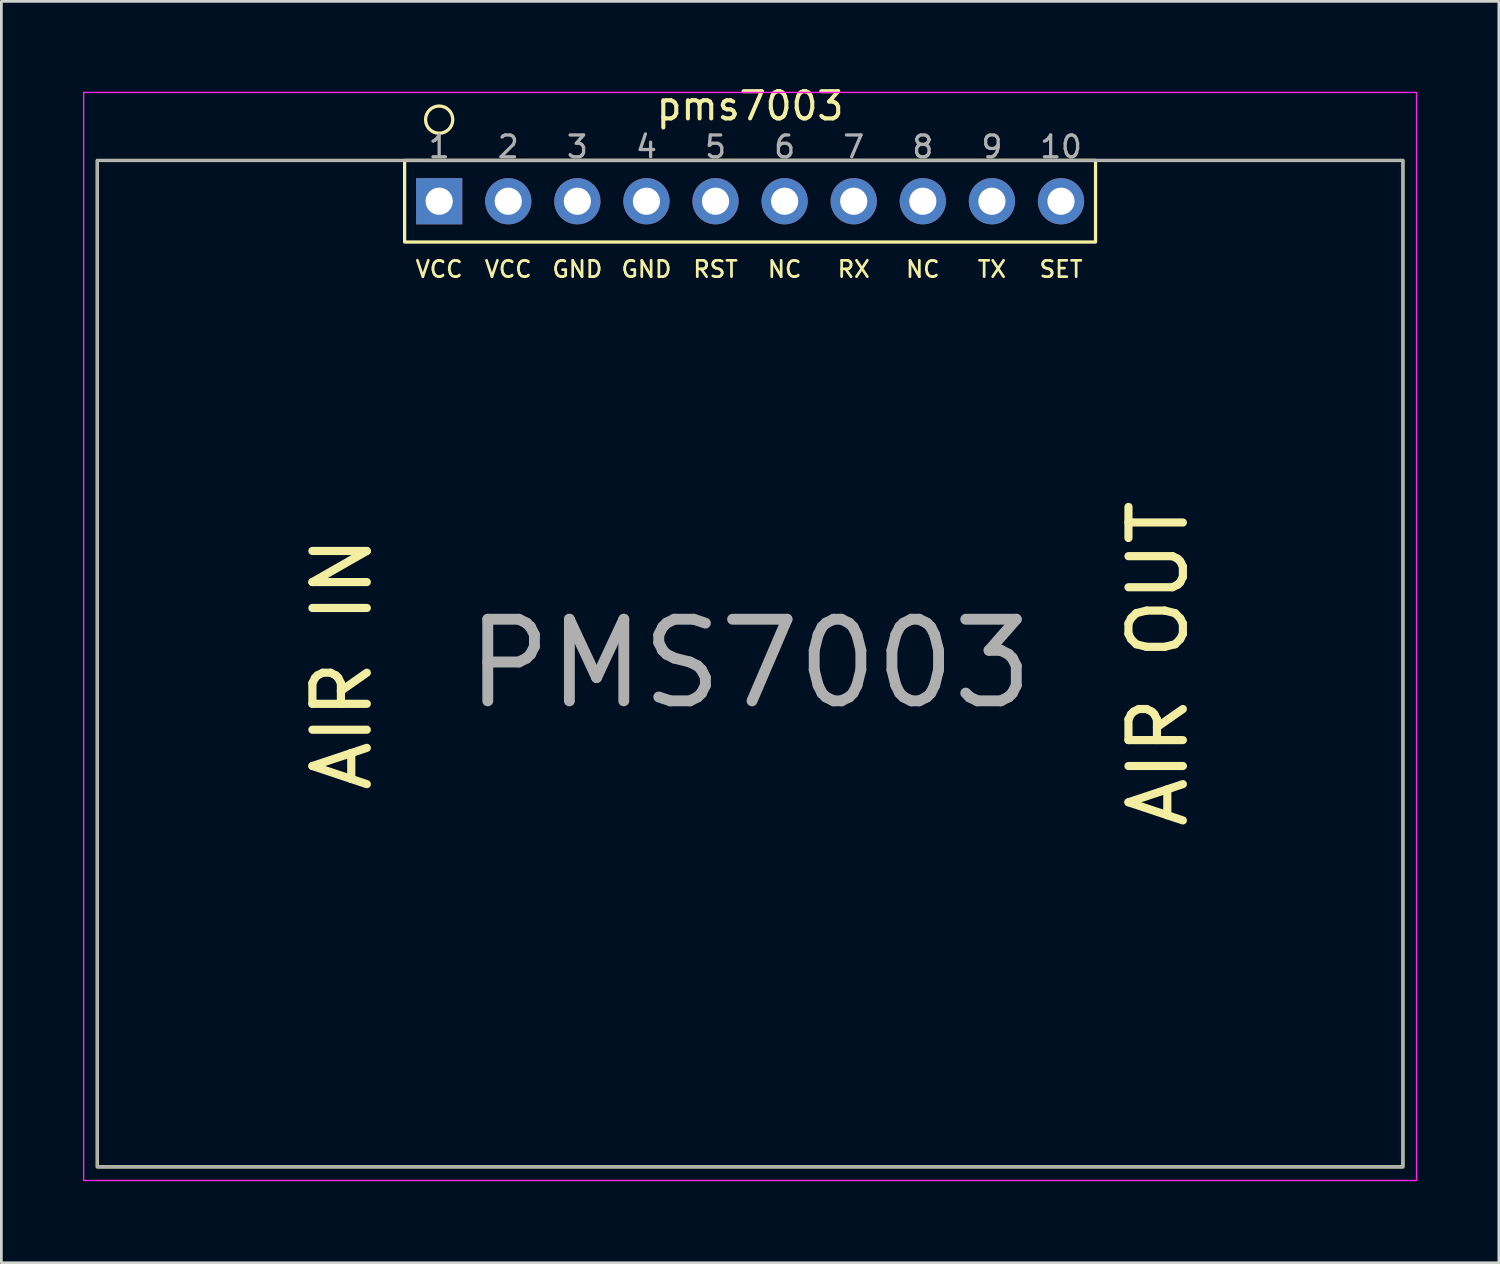
<source format=kicad_pcb>
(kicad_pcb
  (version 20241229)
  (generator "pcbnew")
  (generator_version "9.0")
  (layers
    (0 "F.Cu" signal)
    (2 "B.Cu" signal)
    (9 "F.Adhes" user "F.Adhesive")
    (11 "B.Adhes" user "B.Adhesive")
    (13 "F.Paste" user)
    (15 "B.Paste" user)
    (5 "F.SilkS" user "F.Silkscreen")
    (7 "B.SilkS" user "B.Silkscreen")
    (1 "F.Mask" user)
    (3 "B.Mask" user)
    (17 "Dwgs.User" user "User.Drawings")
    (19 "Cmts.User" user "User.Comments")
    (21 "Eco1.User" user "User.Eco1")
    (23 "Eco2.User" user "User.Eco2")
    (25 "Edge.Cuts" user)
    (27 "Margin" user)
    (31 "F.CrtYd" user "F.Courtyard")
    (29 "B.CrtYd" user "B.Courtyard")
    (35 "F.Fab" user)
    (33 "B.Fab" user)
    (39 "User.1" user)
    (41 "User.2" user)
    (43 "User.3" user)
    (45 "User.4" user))
  (footprint "pms7003"
    (layer "F.Cu")
    (at 24.525 21.348)
    (property "Reference" "pms7003" (at 0 -20.5 0) (layer "F.SilkS") (effects (font (size 1 1) (thickness 0.15))))
    (attr through_hole)
    (fp_rect (start -24 -18.5) (end 24 18.5) (stroke (width 0.12) (type solid)) (fill no) (layer "F.SilkS"))
    (fp_rect (start -12.7 -18.5) (end 12.7 -15.5) (stroke (width 0.12) (type solid)) (fill no) (layer "F.SilkS"))
    (fp_circle (center -11.43 -20) (end -10.93 -20) (stroke (width 0.12) (type solid)) (fill no) (layer "F.SilkS"))
    (fp_rect (start -24.5 -21) (end 24.5 19) (stroke (width 0.05) (type solid)) (fill no) (layer "F.CrtYd"))
    (fp_rect (start -24 -18.5) (end 24 18.5) (stroke (width 0.1) (type solid)) (fill no) (layer "F.Fab"))
    (fp_text user "NC" (at 6.35 -14.5 0) (layer "F.SilkS") (effects (font (size 0.6 0.6) (thickness 0.1))))
    (fp_text user "AIR IN" (at -15 0 90) (layer "F.SilkS") (effects (font (size 2 2) (thickness 0.3))))
    (fp_text user "SET" (at 11.43 -14.5 0) (layer "F.SilkS") (effects (font (size 0.6 0.6) (thickness 0.1))))
    (fp_text user "NC" (at 1.27 -14.5 0) (layer "F.SilkS") (effects (font (size 0.6 0.6) (thickness 0.1))))
    (fp_text user "RX" (at 3.81 -14.5 0) (layer "F.SilkS") (effects (font (size 0.6 0.6) (thickness 0.1))))
    (fp_text user "GND" (at -3.81 -14.5 0) (layer "F.SilkS") (effects (font (size 0.6 0.6) (thickness 0.1))))
    (fp_text user "VCC" (at -11.43 -14.5 0) (layer "F.SilkS") (effects (font (size 0.6 0.6) (thickness 0.1))))
    (fp_text user "AIR OUT" (at 15 0 90) (layer "F.SilkS") (effects (font (size 2 2) (thickness 0.3))))
    (fp_text user "VCC" (at -8.89 -14.5 0) (layer "F.SilkS") (effects (font (size 0.6 0.6) (thickness 0.1))))
    (fp_text user "TX" (at 8.89 -14.5 0) (layer "F.SilkS") (effects (font (size 0.6 0.6) (thickness 0.1))))
    (fp_text user "RST" (at -1.27 -14.5 0) (layer "F.SilkS") (effects (font (size 0.6 0.6) (thickness 0.1))))
    (fp_text user "GND" (at -6.35 -14.5 0) (layer "F.SilkS") (effects (font (size 0.6 0.6) (thickness 0.1))))
    (fp_text user "3" (at -6.35 -19 0) (layer "F.Fab") (effects (font (size 0.8 0.8) (thickness 0.12))))
    (fp_text user "9" (at 8.89 -19 0) (layer "F.Fab") (effects (font (size 0.8 0.8) (thickness 0.12))))
    (fp_text user "1" (at -11.43 -19 0) (layer "F.Fab") (effects (font (size 0.8 0.8) (thickness 0.12))))
    (fp_text user "4" (at -3.81 -19 0) (layer "F.Fab") (effects (font (size 0.8 0.8) (thickness 0.12))))
    (fp_text user "5" (at -1.27 -19 0) (layer "F.Fab") (effects (font (size 0.8 0.8) (thickness 0.12))))
    (fp_text user "PMS7003" (at 0 0 0) (layer "F.Fab") (effects (font (size 3 3) (thickness 0.4))))
    (fp_text user "8" (at 6.35 -19 0) (layer "F.Fab") (effects (font (size 0.8 0.8) (thickness 0.12))))
    (fp_text user "6" (at 1.27 -19 0) (layer "F.Fab") (effects (font (size 0.8 0.8) (thickness 0.12))))
    (fp_text user "7" (at 3.81 -19 0) (layer "F.Fab") (effects (font (size 0.8 0.8) (thickness 0.12))))
    (fp_text user "2" (at -8.89 -19 0) (layer "F.Fab") (effects (font (size 0.8 0.8) (thickness 0.12))))
    (fp_text user "10" (at 11.43 -19 0) (layer "F.Fab") (effects (font (size 0.8 0.8) (thickness 0.12))))
    (pad "1" thru_hole rect (at -11.43 -17) (size 1.7 1.7) (drill 1) (layers "*.Cu" "*.Mask"))
    (pad "2" thru_hole circle (at -8.89 -17) (size 1.7 1.7) (drill 1) (layers "*.Cu" "*.Mask"))
    (pad "3" thru_hole circle (at -6.35 -17) (size 1.7 1.7) (drill 1) (layers "*.Cu" "*.Mask"))
    (pad "4" thru_hole circle (at -3.81 -17) (size 1.7 1.7) (drill 1) (layers "*.Cu" "*.Mask"))
    (pad "5" thru_hole circle (at -1.27 -17) (size 1.7 1.7) (drill 1) (layers "*.Cu" "*.Mask"))
    (pad "6" thru_hole circle (at 1.27 -17) (size 1.7 1.7) (drill 1) (layers "*.Cu" "*.Mask"))
    (pad "7" thru_hole circle (at 3.81 -17) (size 1.7 1.7) (drill 1) (layers "*.Cu" "*.Mask"))
    (pad "8" thru_hole circle (at 6.35 -17) (size 1.7 1.7) (drill 1) (layers "*.Cu" "*.Mask"))
    (pad "9" thru_hole circle (at 8.89 -17) (size 1.7 1.7) (drill 1) (layers "*.Cu" "*.Mask"))
    (pad "10" thru_hole circle (at 11.43 -17) (size 1.7 1.7) (drill 1) (layers "*.Cu" "*.Mask")))
  (gr_rect
    (start -3 -3)
    (end 52.05 43.373)
    (stroke (width 0.1) (type default))
    (fill no)
    (layer "Edge.Cuts")))
</source>
